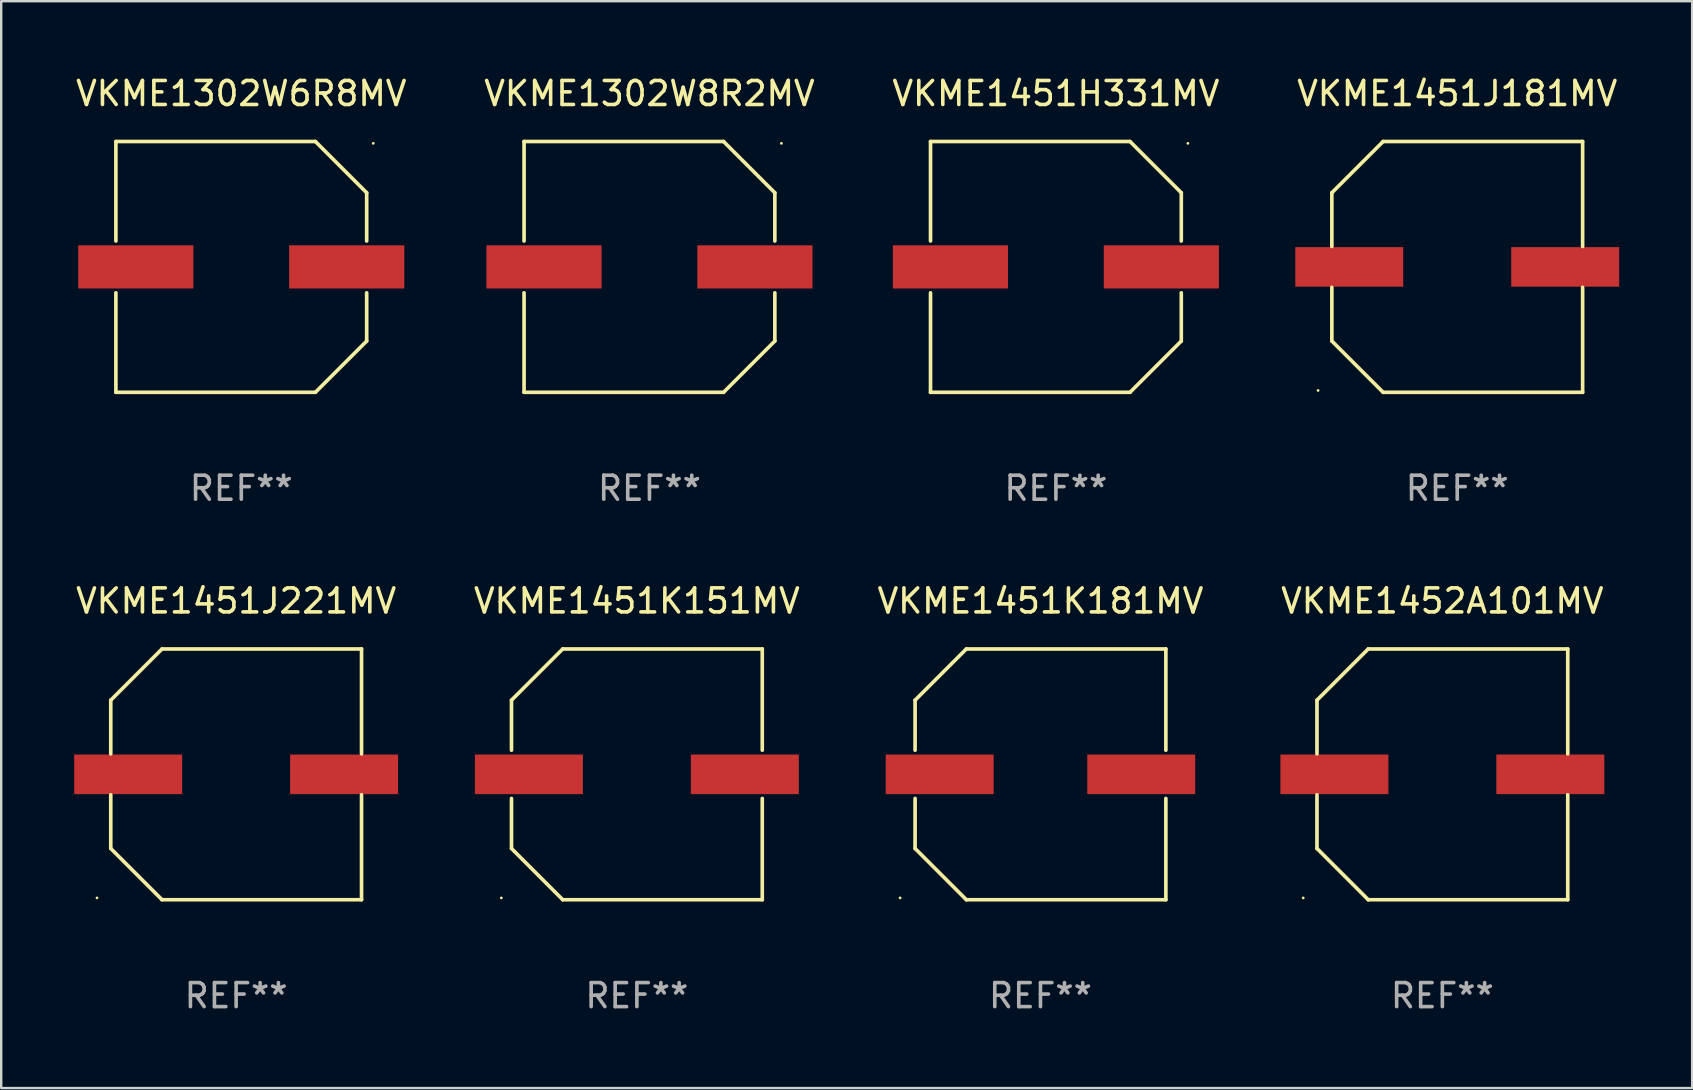
<source format=kicad_pcb>
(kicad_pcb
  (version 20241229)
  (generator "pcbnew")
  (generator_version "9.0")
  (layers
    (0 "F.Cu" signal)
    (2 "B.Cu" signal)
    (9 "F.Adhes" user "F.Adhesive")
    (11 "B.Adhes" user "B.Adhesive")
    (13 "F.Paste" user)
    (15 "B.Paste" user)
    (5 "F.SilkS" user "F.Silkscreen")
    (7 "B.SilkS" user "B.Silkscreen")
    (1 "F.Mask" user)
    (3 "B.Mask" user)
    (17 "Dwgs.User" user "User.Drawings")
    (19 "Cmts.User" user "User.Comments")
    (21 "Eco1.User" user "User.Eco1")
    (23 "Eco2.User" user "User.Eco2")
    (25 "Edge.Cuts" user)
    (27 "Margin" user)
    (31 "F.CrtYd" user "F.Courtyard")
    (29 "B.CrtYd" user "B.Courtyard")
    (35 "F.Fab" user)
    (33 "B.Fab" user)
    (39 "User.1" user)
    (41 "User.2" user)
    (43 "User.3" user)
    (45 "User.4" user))
  (footprint "VKME1451J181MV"
    (layer "F.Cu")
    (at 57.685 8.074)
    (property "Reference" "VKME1451J181MV" (at 0 -7.226 0) (layer "F.SilkS") (effects (font (size 1 1) (thickness 0.15))))
    (attr through_hole)
    (fp_line (start -5.226 -3.09) (end -5.226 -0.852) (stroke (width 0.152) (type solid)) (layer "F.SilkS"))
    (fp_line (start -5.226 3.09) (end -5.226 0.852) (stroke (width 0.152) (type solid)) (layer "F.SilkS"))
    (fp_line (start -3.09 -5.226) (end -5.226 -3.09) (stroke (width 0.152) (type solid)) (layer "F.SilkS"))
    (fp_line (start -3.09 5.226) (end -5.226 3.09) (stroke (width 0.152) (type solid)) (layer "F.SilkS"))
    (fp_line (start 5.226 -5.226) (end -3.09 -5.226) (stroke (width 0.152) (type solid)) (layer "F.SilkS"))
    (fp_line (start 5.226 -0.852) (end 5.226 -5.226) (stroke (width 0.152) (type solid)) (layer "F.SilkS"))
    (fp_line (start 5.226 0.852) (end 5.226 5.226) (stroke (width 0.152) (type solid)) (layer "F.SilkS"))
    (fp_line (start 5.226 5.226) (end -3.09 5.226) (stroke (width 0.152) (type solid)) (layer "F.SilkS"))
    (fp_circle (center -5.8 5.15) (end -5.77 5.15) (stroke (width 0.06) (type solid)) (fill no) (layer "F.SilkS"))
    (fp_text user "REF**" (at 0 9.226 0) (layer "F.Fab") (effects (font (size 1 1) (thickness 0.15))))
    (pad "1" smd rect (at -4.5 0) (size 4.5 1.65) (layers "F.Cu" "F.Mask" "F.Paste"))
    (pad "2" smd rect (at 4.5 0) (size 4.5 1.65) (layers "F.Cu" "F.Mask" "F.Paste")))
  (footprint "VKME1451K151MV"
    (layer "F.Cu")
    (at 23.494 29.223)
    (property "Reference" "VKME1451K151MV" (at 0 -7.226 0) (layer "F.SilkS") (effects (font (size 1 1) (thickness 0.15))))
    (attr through_hole)
    (fp_line (start -5.226 -3.09) (end -5.226 -1.005) (stroke (width 0.152) (type solid)) (layer "F.SilkS"))
    (fp_line (start -5.226 1.005) (end -5.226 3.09) (stroke (width 0.152) (type solid)) (layer "F.SilkS"))
    (fp_line (start -3.09 -5.226) (end -5.226 -3.09) (stroke (width 0.152) (type solid)) (layer "F.SilkS"))
    (fp_line (start -3.09 5.226) (end -5.226 3.09) (stroke (width 0.152) (type solid)) (layer "F.SilkS"))
    (fp_line (start 5.226 -5.226) (end -3.09 -5.226) (stroke (width 0.152) (type solid)) (layer "F.SilkS"))
    (fp_line (start 5.226 -1.005) (end 5.226 -5.226) (stroke (width 0.152) (type solid)) (layer "F.SilkS"))
    (fp_line (start 5.226 5.226) (end -3.09 5.226) (stroke (width 0.152) (type solid)) (layer "F.SilkS"))
    (fp_line (start 5.226 5.226) (end 5.226 1.005) (stroke (width 0.152) (type solid)) (layer "F.SilkS"))
    (fp_circle (center -5.65 5.15) (end -5.62 5.15) (stroke (width 0.06) (type solid)) (fill no) (layer "F.SilkS"))
    (fp_text user "REF**" (at 0 9.226 0) (layer "F.Fab") (effects (font (size 1 1) (thickness 0.15))))
    (pad "1" smd rect (at -4.5 0) (size 4.5 1.65) (layers "F.Cu" "F.Mask" "F.Paste"))
    (pad "2" smd rect (at 4.5 0) (size 4.5 1.65) (layers "F.Cu" "F.Mask" "F.Paste")))
  (footprint "VKME1302W8R2MV"
    (layer "F.Cu")
    (at 24.018 8.074)
    (property "Reference" "VKME1302W8R2MV" (at 0 -7.226 0) (layer "F.SilkS") (effects (font (size 1 1) (thickness 0.15))))
    (attr through_hole)
    (fp_line (start -5.226 -5.226) (end -5.226 -1.08) (stroke (width 0.152) (type solid)) (layer "F.SilkS"))
    (fp_line (start -5.226 -5.226) (end 3.09 -5.226) (stroke (width 0.152) (type solid)) (layer "F.SilkS"))
    (fp_line (start -5.226 1.08) (end -5.226 5.226) (stroke (width 0.152) (type solid)) (layer "F.SilkS"))
    (fp_line (start -5.226 5.226) (end 3.09 5.226) (stroke (width 0.152) (type solid)) (layer "F.SilkS"))
    (fp_line (start 3.09 -5.226) (end 5.226 -3.09) (stroke (width 0.152) (type solid)) (layer "F.SilkS"))
    (fp_line (start 3.09 5.226) (end 5.226 3.09) (stroke (width 0.152) (type solid)) (layer "F.SilkS"))
    (fp_line (start 5.226 -1.08) (end 5.226 -3.09) (stroke (width 0.152) (type solid)) (layer "F.SilkS"))
    (fp_line (start 5.226 3.09) (end 5.226 1.08) (stroke (width 0.152) (type solid)) (layer "F.SilkS"))
    (fp_circle (center 5.5 -5.15) (end 5.53 -5.15) (stroke (width 0.06) (type solid)) (fill no) (layer "F.SilkS"))
    (fp_text user "REF**" (at 0 9.226 0) (layer "F.Fab") (effects (font (size 1 1) (thickness 0.15))))
    (pad "1" smd rect (at 4.395 0 180) (size 4.8 1.8) (layers "F.Cu" "F.Mask" "F.Paste"))
    (pad "2" smd rect (at -4.395 0 180) (size 4.8 1.8) (layers "F.Cu" "F.Mask" "F.Paste")))
  (footprint "VKME1302W6R8MV"
    (layer "F.Cu")
    (at 7.006 8.074)
    (property "Reference" "VKME1302W6R8MV" (at 0 -7.226 0) (layer "F.SilkS") (effects (font (size 1 1) (thickness 0.15))))
    (attr through_hole)
    (fp_line (start -5.226 -5.226) (end -5.226 -1.08) (stroke (width 0.152) (type solid)) (layer "F.SilkS"))
    (fp_line (start -5.226 -5.226) (end 3.09 -5.226) (stroke (width 0.152) (type solid)) (layer "F.SilkS"))
    (fp_line (start -5.226 1.08) (end -5.226 5.226) (stroke (width 0.152) (type solid)) (layer "F.SilkS"))
    (fp_line (start -5.226 5.226) (end 3.09 5.226) (stroke (width 0.152) (type solid)) (layer "F.SilkS"))
    (fp_line (start 3.09 -5.226) (end 5.226 -3.09) (stroke (width 0.152) (type solid)) (layer "F.SilkS"))
    (fp_line (start 3.09 5.226) (end 5.226 3.09) (stroke (width 0.152) (type solid)) (layer "F.SilkS"))
    (fp_line (start 5.226 -1.08) (end 5.226 -3.09) (stroke (width 0.152) (type solid)) (layer "F.SilkS"))
    (fp_line (start 5.226 3.09) (end 5.226 1.08) (stroke (width 0.152) (type solid)) (layer "F.SilkS"))
    (fp_circle (center 5.5 -5.15) (end 5.53 -5.15) (stroke (width 0.06) (type solid)) (fill no) (layer "F.SilkS"))
    (fp_text user "REF**" (at 0 9.226 0) (layer "F.Fab") (effects (font (size 1 1) (thickness 0.15))))
    (pad "1" smd rect (at 4.395 0 180) (size 4.8 1.8) (layers "F.Cu" "F.Mask" "F.Paste"))
    (pad "2" smd rect (at -4.395 0 180) (size 4.8 1.8) (layers "F.Cu" "F.Mask" "F.Paste")))
  (footprint "VKME1451H331MV"
    (layer "F.Cu")
    (at 40.958 8.074)
    (property "Reference" "VKME1451H331MV" (at 0 -7.226 0) (layer "F.SilkS") (effects (font (size 1 1) (thickness 0.15))))
    (attr through_hole)
    (fp_line (start -5.226 -5.226) (end -5.226 -1.08) (stroke (width 0.152) (type solid)) (layer "F.SilkS"))
    (fp_line (start -5.226 -5.226) (end 3.09 -5.226) (stroke (width 0.152) (type solid)) (layer "F.SilkS"))
    (fp_line (start -5.226 1.08) (end -5.226 5.226) (stroke (width 0.152) (type solid)) (layer "F.SilkS"))
    (fp_line (start -5.226 5.226) (end 3.09 5.226) (stroke (width 0.152) (type solid)) (layer "F.SilkS"))
    (fp_line (start 3.09 -5.226) (end 5.226 -3.09) (stroke (width 0.152) (type solid)) (layer "F.SilkS"))
    (fp_line (start 3.09 5.226) (end 5.226 3.09) (stroke (width 0.152) (type solid)) (layer "F.SilkS"))
    (fp_line (start 5.226 -1.08) (end 5.226 -3.09) (stroke (width 0.152) (type solid)) (layer "F.SilkS"))
    (fp_line (start 5.226 3.09) (end 5.226 1.08) (stroke (width 0.152) (type solid)) (layer "F.SilkS"))
    (fp_circle (center 5.5 -5.15) (end 5.53 -5.15) (stroke (width 0.06) (type solid)) (fill no) (layer "F.SilkS"))
    (fp_text user "REF**" (at 0 9.226 0) (layer "F.Fab") (effects (font (size 1 1) (thickness 0.15))))
    (pad "1" smd rect (at 4.395 0 180) (size 4.8 1.8) (layers "F.Cu" "F.Mask" "F.Paste"))
    (pad "2" smd rect (at -4.395 0 180) (size 4.8 1.8) (layers "F.Cu" "F.Mask" "F.Paste")))
  (footprint "VKME1451K181MV"
    (layer "F.Cu")
    (at 40.315 29.223)
    (property "Reference" "VKME1451K181MV" (at 0 -7.226 0) (layer "F.SilkS") (effects (font (size 1 1) (thickness 0.15))))
    (attr through_hole)
    (fp_line (start -5.226 -3.09) (end -5.226 -1.005) (stroke (width 0.152) (type solid)) (layer "F.SilkS"))
    (fp_line (start -5.226 1.005) (end -5.226 3.09) (stroke (width 0.152) (type solid)) (layer "F.SilkS"))
    (fp_line (start -3.09 -5.226) (end -5.226 -3.09) (stroke (width 0.152) (type solid)) (layer "F.SilkS"))
    (fp_line (start -3.09 5.226) (end -5.226 3.09) (stroke (width 0.152) (type solid)) (layer "F.SilkS"))
    (fp_line (start 5.226 -5.226) (end -3.09 -5.226) (stroke (width 0.152) (type solid)) (layer "F.SilkS"))
    (fp_line (start 5.226 -5.226) (end 5.226 -1.005) (stroke (width 0.152) (type solid)) (layer "F.SilkS"))
    (fp_line (start 5.226 1.005) (end 5.226 5.226) (stroke (width 0.152) (type solid)) (layer "F.SilkS"))
    (fp_line (start 5.226 5.226) (end -3.09 5.226) (stroke (width 0.152) (type solid)) (layer "F.SilkS"))
    (fp_circle (center -5.85 5.15) (end -5.82 5.15) (stroke (width 0.06) (type solid)) (fill no) (layer "F.SilkS"))
    (fp_text user "REF**" (at 0 9.226 0) (layer "F.Fab") (effects (font (size 1 1) (thickness 0.15))))
    (pad "1" smd rect (at -4.2 0.000292) (size 4.5 1.65) (layers "F.Cu" "F.Mask" "F.Paste"))
    (pad "2" smd rect (at 4.2 0.000292) (size 4.5 1.65) (layers "F.Cu" "F.Mask" "F.Paste")))
  (footprint "VKME1452A101MV"
    (layer "F.Cu")
    (at 57.065 29.223)
    (property "Reference" "VKME1452A101MV" (at 0 -7.226 0) (layer "F.SilkS") (effects (font (size 1 1) (thickness 0.15))))
    (attr through_hole)
    (fp_line (start -5.226 -3.09) (end -5.226 -0.852) (stroke (width 0.152) (type solid)) (layer "F.SilkS"))
    (fp_line (start -5.226 3.09) (end -5.226 0.852) (stroke (width 0.152) (type solid)) (layer "F.SilkS"))
    (fp_line (start -3.09 -5.226) (end -5.226 -3.09) (stroke (width 0.152) (type solid)) (layer "F.SilkS"))
    (fp_line (start -3.09 5.226) (end -5.226 3.09) (stroke (width 0.152) (type solid)) (layer "F.SilkS"))
    (fp_line (start 5.226 -5.226) (end -3.09 -5.226) (stroke (width 0.152) (type solid)) (layer "F.SilkS"))
    (fp_line (start 5.226 -0.852) (end 5.226 -5.226) (stroke (width 0.152) (type solid)) (layer "F.SilkS"))
    (fp_line (start 5.226 0.852) (end 5.226 5.226) (stroke (width 0.152) (type solid)) (layer "F.SilkS"))
    (fp_line (start 5.226 5.226) (end -3.09 5.226) (stroke (width 0.152) (type solid)) (layer "F.SilkS"))
    (fp_circle (center -5.8 5.15) (end -5.77 5.15) (stroke (width 0.06) (type solid)) (fill no) (layer "F.SilkS"))
    (fp_text user "REF**" (at 0 9.226 0) (layer "F.Fab") (effects (font (size 1 1) (thickness 0.15))))
    (pad "1" smd rect (at -4.5 0) (size 4.5 1.65) (layers "F.Cu" "F.Mask" "F.Paste"))
    (pad "2" smd rect (at 4.5 0) (size 4.5 1.65) (layers "F.Cu" "F.Mask" "F.Paste")))
  (footprint "VKME1451J221MV"
    (layer "F.Cu")
    (at 6.792 29.223)
    (property "Reference" "VKME1451J221MV" (at 0 -7.226 0) (layer "F.SilkS") (effects (font (size 1 1) (thickness 0.15))))
    (attr through_hole)
    (fp_line (start -5.226 -3.09) (end -5.226 -0.852) (stroke (width 0.152) (type solid)) (layer "F.SilkS"))
    (fp_line (start -5.226 3.09) (end -5.226 0.852) (stroke (width 0.152) (type solid)) (layer "F.SilkS"))
    (fp_line (start -3.09 -5.226) (end -5.226 -3.09) (stroke (width 0.152) (type solid)) (layer "F.SilkS"))
    (fp_line (start -3.09 5.226) (end -5.226 3.09) (stroke (width 0.152) (type solid)) (layer "F.SilkS"))
    (fp_line (start 5.226 -5.226) (end -3.09 -5.226) (stroke (width 0.152) (type solid)) (layer "F.SilkS"))
    (fp_line (start 5.226 -0.852) (end 5.226 -5.226) (stroke (width 0.152) (type solid)) (layer "F.SilkS"))
    (fp_line (start 5.226 0.852) (end 5.226 5.226) (stroke (width 0.152) (type solid)) (layer "F.SilkS"))
    (fp_line (start 5.226 5.226) (end -3.09 5.226) (stroke (width 0.152) (type solid)) (layer "F.SilkS"))
    (fp_circle (center -5.8 5.15) (end -5.77 5.15) (stroke (width 0.06) (type solid)) (fill no) (layer "F.SilkS"))
    (fp_text user "REF**" (at 0 9.226 0) (layer "F.Fab") (effects (font (size 1 1) (thickness 0.15))))
    (pad "1" smd rect (at -4.5 0) (size 4.5 1.65) (layers "F.Cu" "F.Mask" "F.Paste"))
    (pad "2" smd rect (at 4.5 0) (size 4.5 1.65) (layers "F.Cu" "F.Mask" "F.Paste")))
  (gr_rect
    (start -3 -3)
    (end 67.476 42.298)
    (stroke (width 0.1) (type default))
    (fill no)
    (layer "Edge.Cuts")))
</source>
